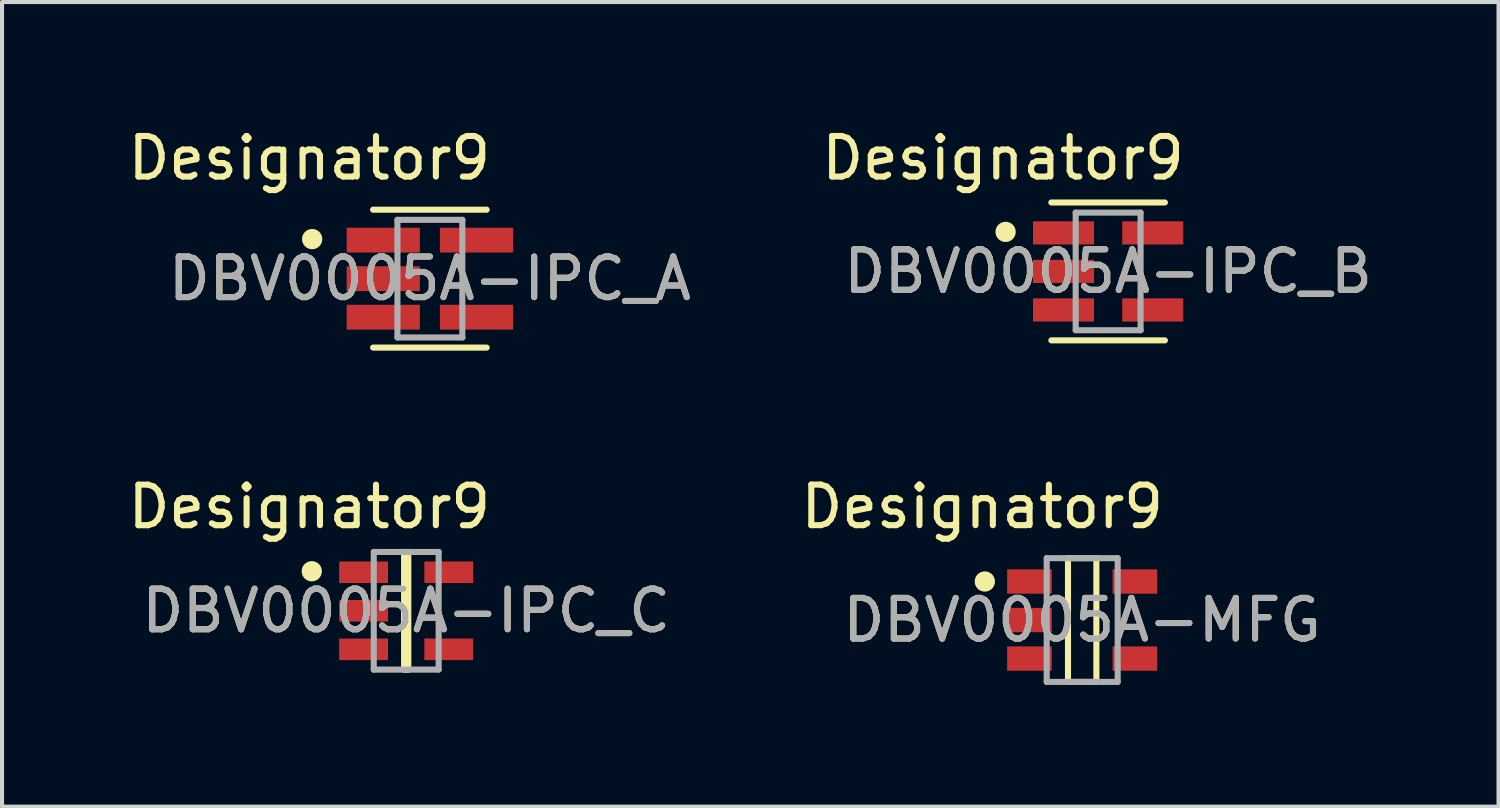
<source format=kicad_pcb>
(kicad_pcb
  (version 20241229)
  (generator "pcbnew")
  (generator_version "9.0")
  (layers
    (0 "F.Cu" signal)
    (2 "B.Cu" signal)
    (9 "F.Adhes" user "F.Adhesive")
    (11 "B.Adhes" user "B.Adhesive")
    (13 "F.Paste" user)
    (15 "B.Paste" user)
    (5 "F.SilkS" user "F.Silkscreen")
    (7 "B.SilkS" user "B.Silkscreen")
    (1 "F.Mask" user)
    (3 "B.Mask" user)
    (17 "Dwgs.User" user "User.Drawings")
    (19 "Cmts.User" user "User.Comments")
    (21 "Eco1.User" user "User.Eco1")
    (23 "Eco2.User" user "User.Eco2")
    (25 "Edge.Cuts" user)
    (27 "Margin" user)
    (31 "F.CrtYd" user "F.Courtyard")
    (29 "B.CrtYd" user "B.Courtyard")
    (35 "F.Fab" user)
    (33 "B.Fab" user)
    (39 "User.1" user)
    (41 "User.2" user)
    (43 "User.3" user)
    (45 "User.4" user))
  (footprint "DBV0005A-IPC_B"
    (layer "F.Cu")
    (at 24.271 3.642)
    (property "Reference" "DBV0005A-IPC_B" (at 0 0 0) (unlocked yes) (layer "F.SilkS") (effects (font (size 1 1) (thickness 0.15))))
    (attr smd)
    (fp_line (start -1.4 -1.7) (end 1.4 -1.7) (stroke (width 0.15) (type solid)) (layer "F.SilkS"))
    (fp_line (start -1.4 1.7) (end 1.4 1.7) (stroke (width 0.15) (type solid)) (layer "F.SilkS"))
    (fp_circle (center -2.528 -0.975) (end -2.403 -0.975) (stroke (width 0.25) (type solid)) (fill no) (layer "F.SilkS"))
    (fp_line (start -0.8 -1.45) (end 0.8 -1.45) (stroke (width 0.15) (type solid)) (layer "F.Fab"))
    (fp_line (start -0.8 1.45) (end -0.8 -1.45) (stroke (width 0.15) (type solid)) (layer "F.Fab"))
    (fp_line (start -0.8 1.45) (end 0.8 1.45) (stroke (width 0.15) (type solid)) (layer "F.Fab"))
    (fp_line (start 0.8 1.45) (end 0.8 -1.45) (stroke (width 0.15) (type solid)) (layer "F.Fab"))
    (fp_text user "Designator9" (at -2.591 -2.794 0) (unlocked yes) (layer "F.SilkS") (effects (font (size 1 1) (thickness 0.15))))
    (fp_text user "${REFERENCE}" (at 0 0 0) (unlocked yes) (layer "F.Fab") (effects (font (size 1 1) (thickness 0.15))))
    (pad "1" smd rect (at -1.1 -0.95) (size 1.505 0.572) (layers "F.Cu" "F.Mask" "F.Paste"))
    (pad "2" smd rect (at -1.1 0) (size 1.505 0.572) (layers "F.Cu" "F.Mask" "F.Paste"))
    (pad "3" smd rect (at -1.1 0.95) (size 1.505 0.572) (layers "F.Cu" "F.Mask" "F.Paste"))
    (pad "4" smd rect (at 1.1 0.95) (size 1.505 0.572) (layers "F.Cu" "F.Mask" "F.Paste"))
    (pad "5" smd rect (at 1.1 -0.95) (size 1.505 0.572) (layers "F.Cu" "F.Mask" "F.Paste")))
  (footprint "DBV0005A-IPC_A"
    (layer "F.Cu")
    (at 7.549 3.82)
    (property "Reference" "DBV0005A-IPC_A" (at 0 0 0) (unlocked yes) (layer "F.SilkS") (effects (font (size 1 1) (thickness 0.15))))
    (attr smd)
    (fp_line (start -1.4 -1.7) (end 1.4 -1.7) (stroke (width 0.15) (type solid)) (layer "F.SilkS"))
    (fp_line (start -1.4 1.7) (end 1.4 1.7) (stroke (width 0.15) (type solid)) (layer "F.SilkS"))
    (fp_circle (center -2.903 -0.975) (end -2.778 -0.975) (stroke (width 0.25) (type solid)) (fill no) (layer "F.SilkS"))
    (fp_line (start -0.8 -1.45) (end 0.8 -1.45) (stroke (width 0.15) (type solid)) (layer "F.Fab"))
    (fp_line (start -0.8 1.45) (end -0.8 -1.45) (stroke (width 0.15) (type solid)) (layer "F.Fab"))
    (fp_line (start -0.8 1.45) (end 0.8 1.45) (stroke (width 0.15) (type solid)) (layer "F.Fab"))
    (fp_line (start 0.8 1.45) (end 0.8 -1.45) (stroke (width 0.15) (type solid)) (layer "F.Fab"))
    (fp_text user "Designator9" (at -2.972 -2.972 0) (unlocked yes) (layer "F.SilkS") (effects (font (size 1 1) (thickness 0.15))))
    (fp_text user "${REFERENCE}" (at 0 0 0) (unlocked yes) (layer "F.Fab") (effects (font (size 1 1) (thickness 0.15))))
    (pad "1" smd rect (at -1.15 -0.95) (size 1.805 0.612) (layers "F.Cu" "F.Mask" "F.Paste"))
    (pad "2" smd rect (at -1.15 0) (size 1.805 0.612) (layers "F.Cu" "F.Mask" "F.Paste"))
    (pad "3" smd rect (at -1.15 0.95) (size 1.805 0.612) (layers "F.Cu" "F.Mask" "F.Paste"))
    (pad "4" smd rect (at 1.15 0.95) (size 1.805 0.612) (layers "F.Cu" "F.Mask" "F.Paste"))
    (pad "5" smd rect (at 1.15 -0.95) (size 1.805 0.612) (layers "F.Cu" "F.Mask" "F.Paste")))
  (footprint "DBV0005A-MFG"
    (layer "F.Cu")
    (at 23.631 12.237)
    (property "Reference" "DBV0005A-MFG" (at 0 0 0) (unlocked yes) (layer "F.SilkS") (effects (font (size 1 1) (thickness 0.15))))
    (attr smd)
    (fp_line (start -0.35 -1.525) (end 0.35 -1.525) (stroke (width 0.15) (type solid)) (layer "F.SilkS"))
    (fp_line (start -0.35 1.525) (end -0.35 -1.525) (stroke (width 0.15) (type solid)) (layer "F.SilkS"))
    (fp_line (start -0.35 1.525) (end 0.35 1.525) (stroke (width 0.15) (type solid)) (layer "F.SilkS"))
    (fp_line (start 0.35 1.525) (end 0.35 -1.525) (stroke (width 0.15) (type solid)) (layer "F.SilkS"))
    (fp_circle (center -2.4 -0.95) (end -2.275 -0.95) (stroke (width 0.25) (type solid)) (fill no) (layer "F.SilkS"))
    (fp_line (start -0.875 -1.525) (end 0.875 -1.525) (stroke (width 0.15) (type solid)) (layer "F.Fab"))
    (fp_line (start -0.875 1.525) (end -0.875 -1.525) (stroke (width 0.15) (type solid)) (layer "F.Fab"))
    (fp_line (start -0.875 1.525) (end 0.875 1.525) (stroke (width 0.15) (type solid)) (layer "F.Fab"))
    (fp_line (start 0.875 1.525) (end 0.875 -1.525) (stroke (width 0.15) (type solid)) (layer "F.Fab"))
    (fp_text user "Designator9" (at -2.464 -2.794 0) (unlocked yes) (layer "F.SilkS") (effects (font (size 1 1) (thickness 0.15))))
    (fp_text user "${REFERENCE}" (at 0 0 0) (unlocked yes) (layer "F.Fab") (effects (font (size 1 1) (thickness 0.15))))
    (pad "1" smd rect (at -1.3 -0.95) (size 1.1 0.6) (layers "F.Cu" "F.Mask" "F.Paste"))
    (pad "2" smd rect (at -1.3 0) (size 1.1 0.6) (layers "F.Cu" "F.Mask" "F.Paste"))
    (pad "3" smd rect (at -1.3 0.95) (size 1.1 0.6) (layers "F.Cu" "F.Mask" "F.Paste"))
    (pad "4" smd rect (at 1.3 0.95) (size 1.1 0.6) (layers "F.Cu" "F.Mask" "F.Paste"))
    (pad "5" smd rect (at 1.3 -0.95) (size 1.1 0.6) (layers "F.Cu" "F.Mask" "F.Paste")))
  (footprint "DBV0005A-IPC_C"
    (layer "F.Cu")
    (at 6.965 12.009)
    (property "Reference" "DBV0005A-IPC_C" (at 0 0 0) (unlocked yes) (layer "F.SilkS") (effects (font (size 1 1) (thickness 0.15))))
    (attr smd)
    (fp_line (start -0.052 -1.45) (end 0.052 -1.45) (stroke (width 0.15) (type solid)) (layer "F.SilkS"))
    (fp_line (start -0.052 1.45) (end -0.052 -1.45) (stroke (width 0.15) (type solid)) (layer "F.SilkS"))
    (fp_line (start -0.052 1.45) (end 0.052 1.45) (stroke (width 0.15) (type solid)) (layer "F.SilkS"))
    (fp_line (start 0.052 1.45) (end 0.052 -1.45) (stroke (width 0.15) (type solid)) (layer "F.SilkS"))
    (fp_circle (center -2.328 -0.975) (end -2.203 -0.975) (stroke (width 0.25) (type solid)) (fill no) (layer "F.SilkS"))
    (fp_line (start -0.8 -1.45) (end 0.8 -1.45) (stroke (width 0.15) (type solid)) (layer "F.Fab"))
    (fp_line (start -0.8 1.45) (end -0.8 -1.45) (stroke (width 0.15) (type solid)) (layer "F.Fab"))
    (fp_line (start -0.8 1.45) (end 0.8 1.45) (stroke (width 0.15) (type solid)) (layer "F.Fab"))
    (fp_line (start 0.8 1.45) (end 0.8 -1.45) (stroke (width 0.15) (type solid)) (layer "F.Fab"))
    (fp_text user "Designator9" (at -2.388 -2.565 0) (unlocked yes) (layer "F.SilkS") (effects (font (size 1 1) (thickness 0.15))))
    (fp_text user "${REFERENCE}" (at 0 0 0) (unlocked yes) (layer "F.Fab") (effects (font (size 1 1) (thickness 0.15))))
    (pad "1" smd rect (at -1.05 -0.95) (size 1.205 0.532) (layers "F.Cu" "F.Mask" "F.Paste"))
    (pad "2" smd rect (at -1.05 0) (size 1.205 0.532) (layers "F.Cu" "F.Mask" "F.Paste"))
    (pad "3" smd rect (at -1.05 0.95) (size 1.205 0.532) (layers "F.Cu" "F.Mask" "F.Paste"))
    (pad "4" smd rect (at 1.05 0.95) (size 1.205 0.532) (layers "F.Cu" "F.Mask" "F.Paste"))
    (pad "5" smd rect (at 1.05 -0.95) (size 1.205 0.532) (layers "F.Cu" "F.Mask" "F.Paste")))
  (gr_rect
    (start -3 -3)
    (end 33.896 16.837)
    (stroke (width 0.1) (type default))
    (fill no)
    (layer "Edge.Cuts")))
</source>
